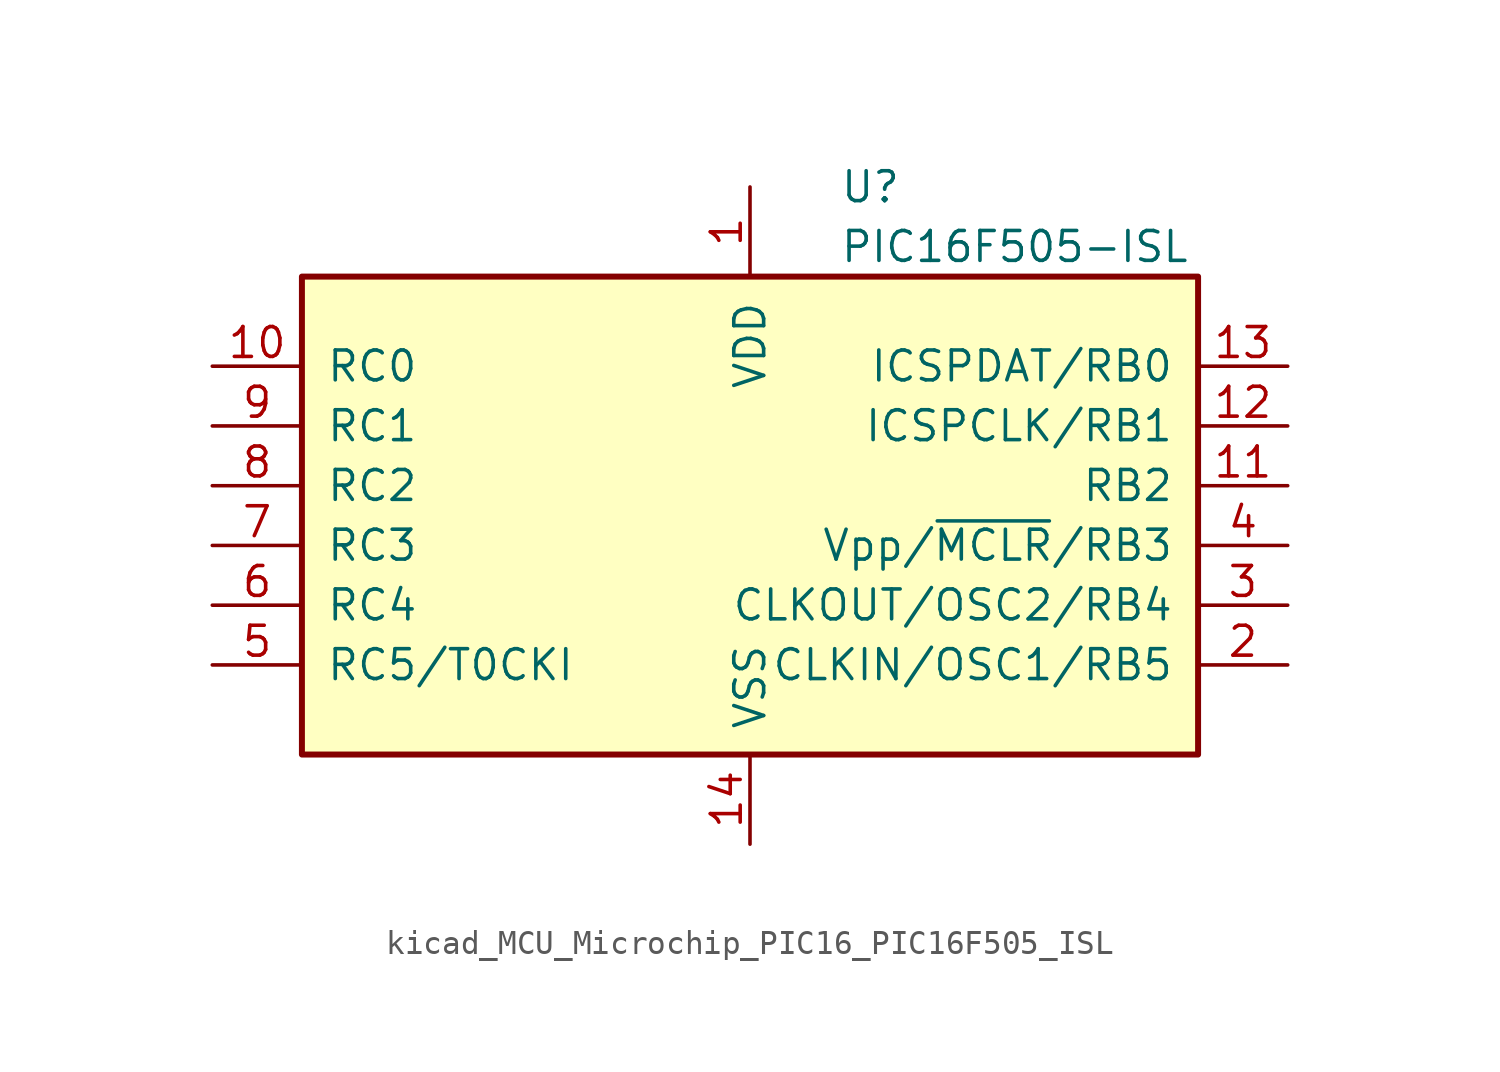
<source format=kicad_sym>
(kicad_symbol_lib
  (version 20220914)
  (generator kicad_symbol_editor)
  (symbol "kicad_MCU_Microchip_PIC16_PIC16F505_ISL"
    (pin_names
      (offset 1.016))
    (property "Reference" "U"
      (at 3.81 12.7 0)
      (effects (font (size 1.27 1.27)) (justify left)))
    (property "Value" "PIC16F505-ISL"
      (at 3.81 10.16 0)
      (effects (font (size 1.27 1.27)) (justify left)))
    (symbol "kicad_MCU_Microchip_PIC16_PIC16F505_ISL_0_1"
      (rectangle (start -19.05 8.89) (end 19.05 -11.43) (stroke (width 0.254) (type default)) (fill (type background))))
    (symbol "kicad_MCU_Microchip_PIC16_PIC16F505_ISL_1_1"
      (pin power_in line (at 0 12.7 270) (length 3.81) (name "VDD" (effects (font (size 1.27 1.27)))) (number "1" (effects (font (size 1.27 1.27)))))
      (pin bidirectional line (at -22.86 5.08 0) (length 3.81) (name "RC0" (effects (font (size 1.27 1.27)))) (number "10" (effects (font (size 1.27 1.27)))))
      (pin bidirectional line (at 22.86 0 180) (length 3.81) (name "RB2" (effects (font (size 1.27 1.27)))) (number "11" (effects (font (size 1.27 1.27)))))
      (pin bidirectional line (at 22.86 2.54 180) (length 3.81) (name "ICSPCLK/RB1" (effects (font (size 1.27 1.27)))) (number "12" (effects (font (size 1.27 1.27)))))
      (pin bidirectional line (at 22.86 5.08 180) (length 3.81) (name "ICSPDAT/RB0" (effects (font (size 1.27 1.27)))) (number "13" (effects (font (size 1.27 1.27)))))
      (pin power_in line (at 0 -15.24 90) (length 3.81) (name "VSS" (effects (font (size 1.27 1.27)))) (number "14" (effects (font (size 1.27 1.27)))))
      (pin bidirectional line (at 22.86 -7.62 180) (length 3.81) (name "CLKIN/OSC1/RB5" (effects (font (size 1.27 1.27)))) (number "2" (effects (font (size 1.27 1.27)))))
      (pin bidirectional line (at 22.86 -5.08 180) (length 3.81) (name "CLKOUT/OSC2/RB4" (effects (font (size 1.27 1.27)))) (number "3" (effects (font (size 1.27 1.27)))))
      (pin input line (at 22.86 -2.54 180) (length 3.81) (name "Vpp/~{MCLR}/RB3" (effects (font (size 1.27 1.27)))) (number "4" (effects (font (size 1.27 1.27)))))
      (pin bidirectional line (at -22.86 -7.62 0) (length 3.81) (name "RC5/T0CKI" (effects (font (size 1.27 1.27)))) (number "5" (effects (font (size 1.27 1.27)))))
      (pin bidirectional line (at -22.86 -5.08 0) (length 3.81) (name "RC4" (effects (font (size 1.27 1.27)))) (number "6" (effects (font (size 1.27 1.27)))))
      (pin bidirectional line (at -22.86 -2.54 0) (length 3.81) (name "RC3" (effects (font (size 1.27 1.27)))) (number "7" (effects (font (size 1.27 1.27)))))
      (pin bidirectional line (at -22.86 0 0) (length 3.81) (name "RC2" (effects (font (size 1.27 1.27)))) (number "8" (effects (font (size 1.27 1.27)))))
      (pin bidirectional line (at -22.86 2.54 0) (length 3.81) (name "RC1" (effects (font (size 1.27 1.27)))) (number "9" (effects (font (size 1.27 1.27))))))))
</source>
